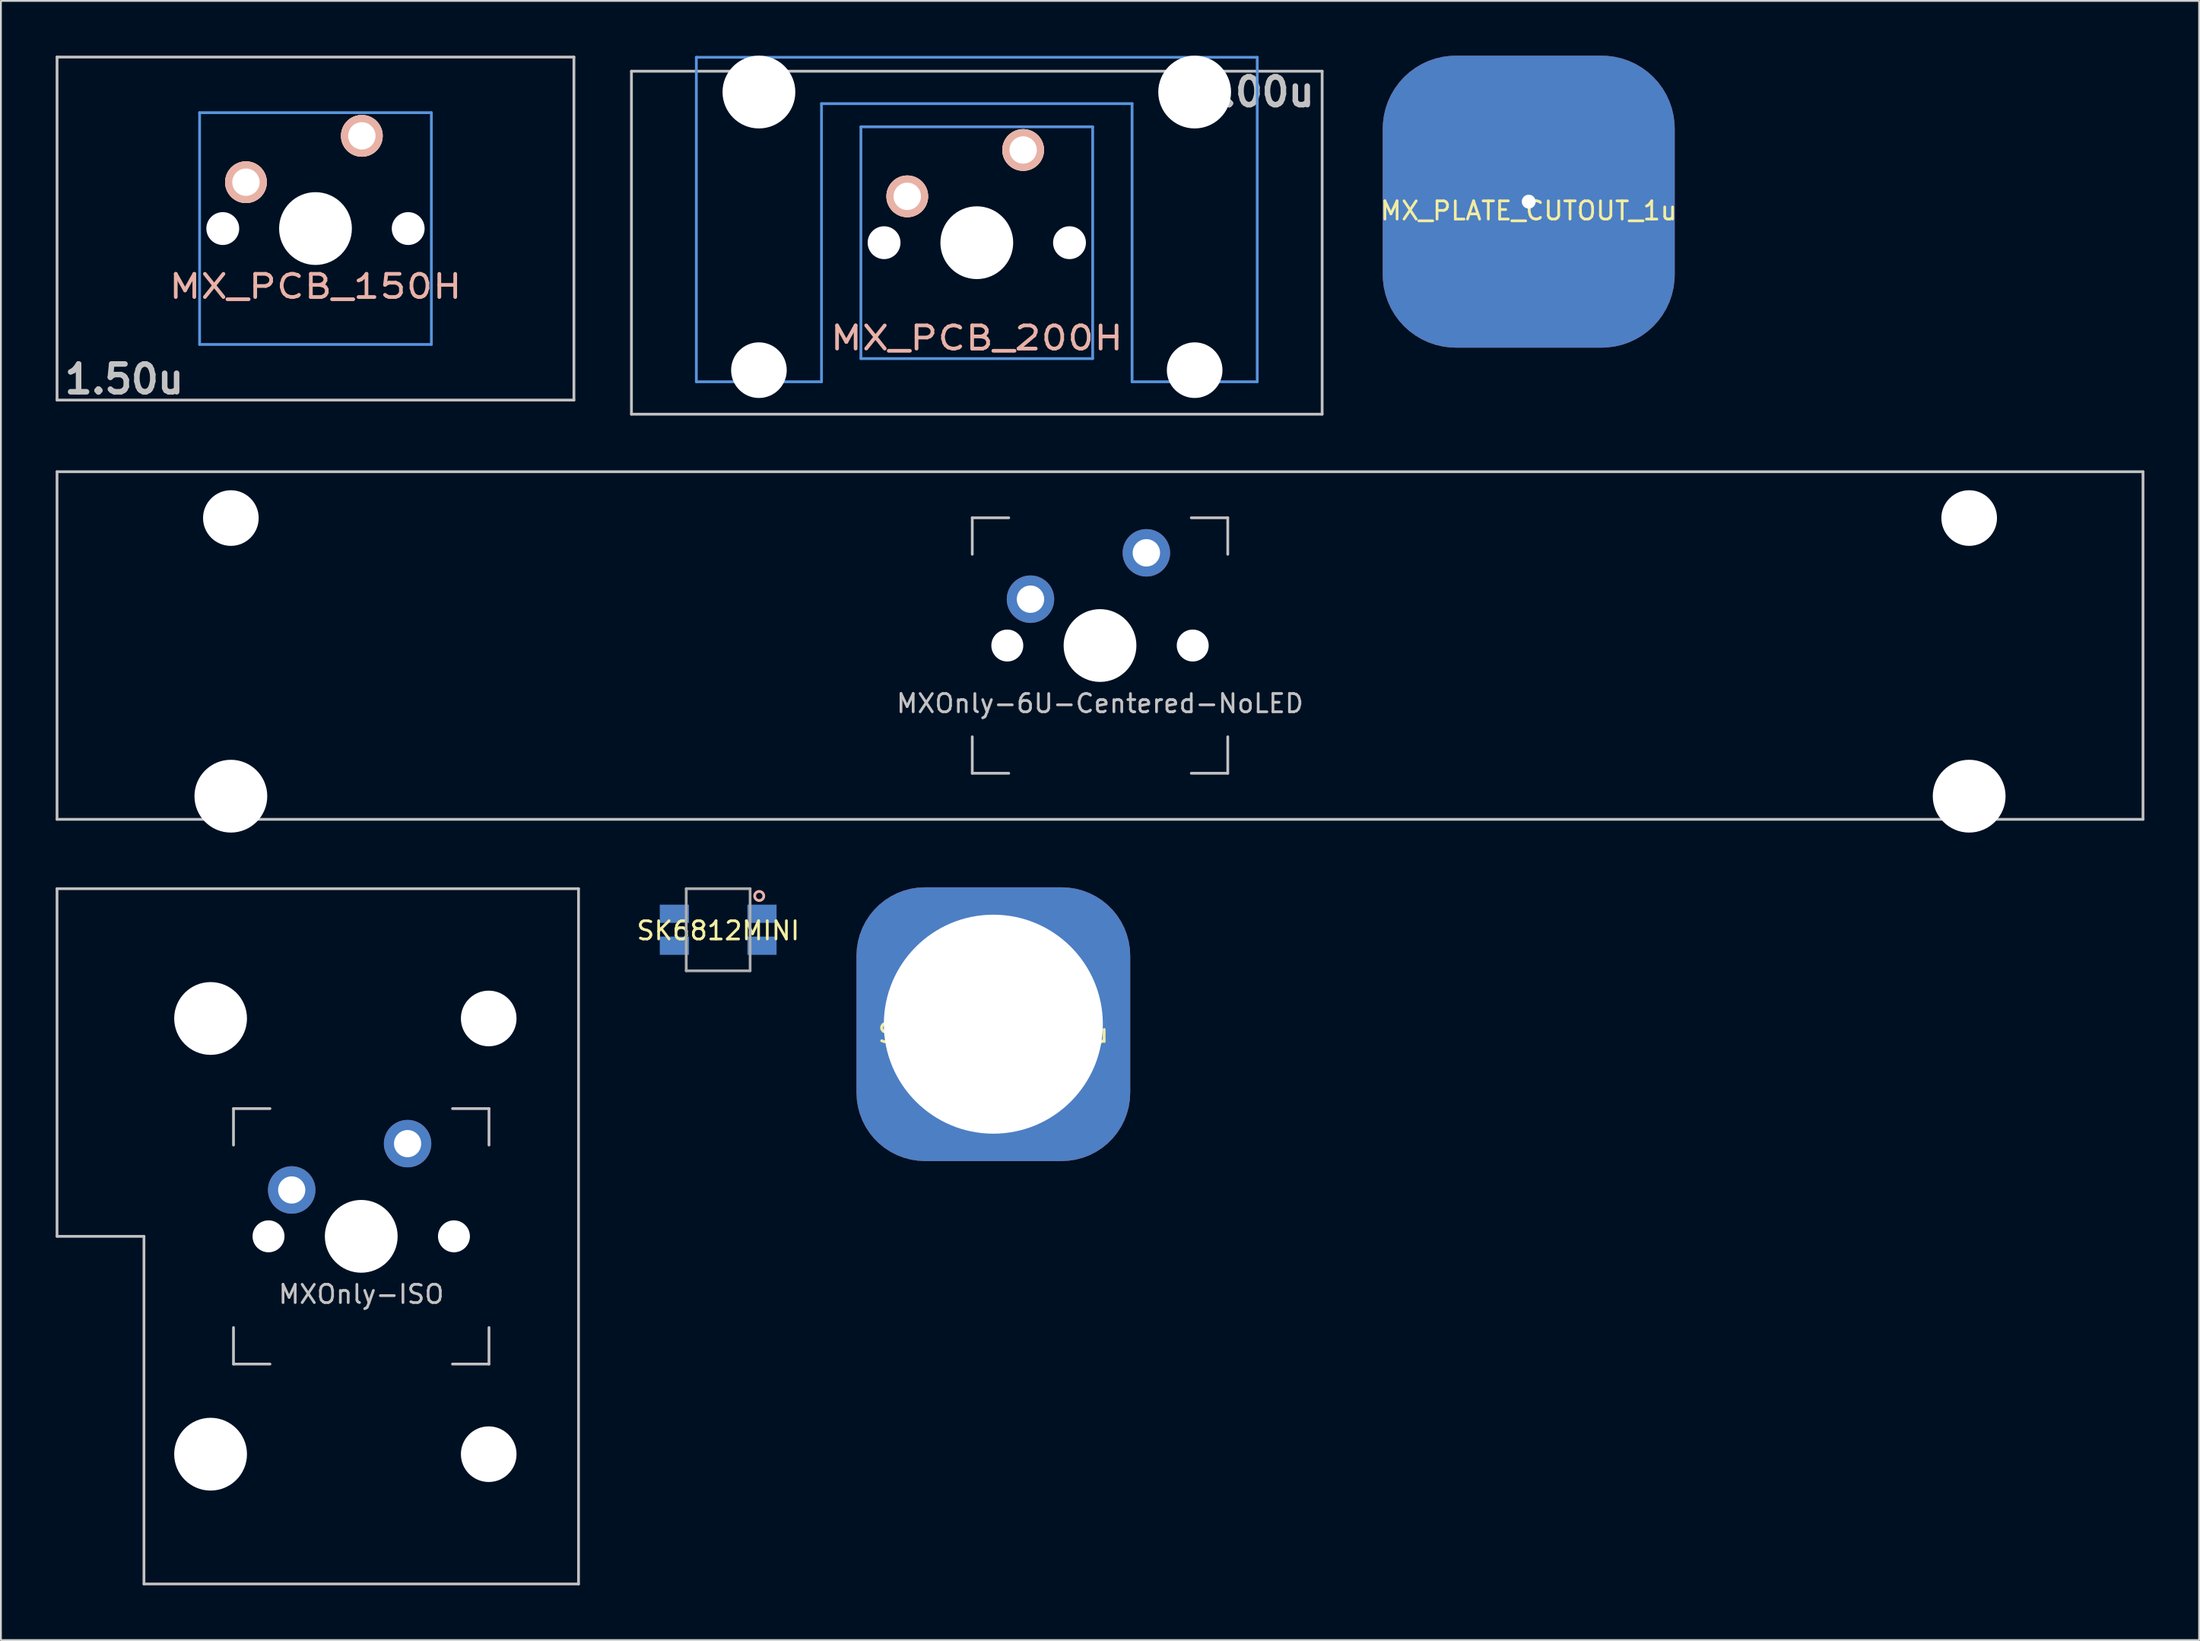
<source format=kicad_pcb>
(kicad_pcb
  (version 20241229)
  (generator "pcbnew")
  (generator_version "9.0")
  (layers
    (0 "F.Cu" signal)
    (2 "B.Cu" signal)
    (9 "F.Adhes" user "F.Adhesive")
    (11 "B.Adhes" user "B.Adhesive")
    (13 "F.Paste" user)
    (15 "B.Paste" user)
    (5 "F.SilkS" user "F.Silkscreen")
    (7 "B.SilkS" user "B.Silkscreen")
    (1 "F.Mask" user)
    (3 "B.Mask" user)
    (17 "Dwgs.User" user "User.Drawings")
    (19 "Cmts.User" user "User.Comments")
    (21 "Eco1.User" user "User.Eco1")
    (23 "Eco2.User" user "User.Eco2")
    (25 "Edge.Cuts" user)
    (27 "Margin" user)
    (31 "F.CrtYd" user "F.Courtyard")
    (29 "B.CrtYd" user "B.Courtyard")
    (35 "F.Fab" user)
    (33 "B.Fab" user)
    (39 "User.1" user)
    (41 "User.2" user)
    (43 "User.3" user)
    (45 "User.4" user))
  (footprint "SK6812MINI"
    (layer "F.Cu")
    (at 36.302 47.897)
    (property "Reference" "SK6812MINI" (at 0 0.05 0) (layer "F.SilkS") (effects (font (size 1 1) (thickness 0.15))))
    (attr through_hole)
    (fp_circle (center 2.25 -1.85) (end 2.25 -2.1) (stroke (width 0.15) (type solid)) (fill no) (layer "B.SilkS"))
    (fp_line (start -1.75 -2.25) (end -1.75 2.25) (stroke (width 0.15) (type solid)) (layer "F.Fab"))
    (fp_line (start -1.75 -2.25) (end 1.75 -2.25) (stroke (width 0.15) (type solid)) (layer "F.Fab"))
    (fp_line (start 1.75 -2.25) (end 1.75 2.25) (stroke (width 0.15) (type solid)) (layer "F.Fab"))
    (fp_line (start 1.75 2.25) (end -1.75 2.25) (stroke (width 0.15) (type solid)) (layer "F.Fab"))
    (pad "1" smd rect (at -2.4 -0.875) (size 1.6 1) (layers "B.Cu" "B.Mask" "B.Paste"))
    (pad "2" smd rect (at -2.4 0.875) (size 1.6 1) (layers "B.Cu" "B.Mask" "B.Paste"))
    (pad "3" smd rect (at 2.4 0.875) (size 1.6 1) (layers "B.Cu" "B.Mask" "B.Paste"))
    (pad "4" smd rect (at 2.4 -0.875) (size 1.6 1) (layers "B.Cu" "B.Mask" "B.Paste")))
  (footprint "MX_PLATE_CUTOUT_1u"
    (layer "F.Cu")
    (at 80.716 8)
    (property "Reference" "MX_PLATE_CUTOUT_1u" (at 0 0.5 0) (layer "F.SilkS") (effects (font (size 1 1) (thickness 0.15))))
    (attr through_hole)
    (pad "1" thru_hole roundrect (at 0 0) (size 16 16) (drill 0.762) (layers "*.Cu" "*.Mask") (roundrect_rratio 0.25)))
  (footprint "MX_PCB_150H"
    (layer "F.Cu")
    (at 14.237 9.474)
    (property "Reference" "MX_PCB_150H" (at 0 3.175 180) (layer "B.SilkS") (effects (font (size 1.27 1.524) (thickness 0.203))))
    (attr through_hole)
    (fp_line (start -14.161 -9.398) (end 14.161 -9.398) (stroke (width 0.152) (type solid)) (layer "Dwgs.User"))
    (fp_line (start -14.161 9.398) (end -14.161 -9.398) (stroke (width 0.152) (type solid)) (layer "Dwgs.User"))
    (fp_line (start 14.161 -9.398) (end 14.161 9.398) (stroke (width 0.152) (type solid)) (layer "Dwgs.User"))
    (fp_line (start 14.161 9.398) (end -14.161 9.398) (stroke (width 0.152) (type solid)) (layer "Dwgs.User"))
    (fp_line (start -6.35 -6.35) (end 6.35 -6.35) (stroke (width 0.152) (type solid)) (layer "Cmts.User"))
    (fp_line (start -6.35 6.35) (end -6.35 -6.35) (stroke (width 0.152) (type solid)) (layer "Cmts.User"))
    (fp_line (start 6.35 -6.35) (end 6.35 6.35) (stroke (width 0.152) (type solid)) (layer "Cmts.User"))
    (fp_line (start 6.35 6.35) (end -6.35 6.35) (stroke (width 0.152) (type solid)) (layer "Cmts.User"))
    (fp_line (start -6.985 -6.985) (end 6.985 -6.985) (stroke (width 0.152) (type solid)) (layer "Eco2.User"))
    (fp_line (start -6.985 6.985) (end -6.985 -6.985) (stroke (width 0.152) (type solid)) (layer "Eco2.User"))
    (fp_line (start 6.985 -6.985) (end 6.985 6.985) (stroke (width 0.152) (type solid)) (layer "Eco2.User"))
    (fp_line (start 6.985 6.985) (end -6.985 6.985) (stroke (width 0.152) (type solid)) (layer "Eco2.User"))
    (fp_text user "1.50u" (at -10.477 8.255 180) (layer "Dwgs.User") (effects (font (size 1.524 1.524) (thickness 0.305))))
    (pad "" np_thru_hole circle (at -5.08 0) (size 1.8 1.8) (drill 1.8) (layers "*.Cu"))
    (pad "" np_thru_hole circle (at 0 0) (size 3.988 3.988) (drill 3.988) (layers "*.Cu"))
    (pad "" np_thru_hole circle (at 5.08 0) (size 1.8 1.8) (drill 1.8) (layers "*.Cu"))
    (pad "1" thru_hole circle (at 2.54 -5.08) (size 2.286 2.286) (drill 1.499) (layers "*.Cu" "*.SilkS" "*.Mask"))
    (pad "2" thru_hole circle (at -3.81 -2.54) (size 2.286 2.286) (drill 1.499) (layers "*.Cu" "*.SilkS" "*.Mask")))
  (footprint "MXOnly-6U-Centered-NoLED"
    (layer "F.Cu")
    (at 57.225 32.323)
    (property "Reference" "MXOnly-6U-Centered-NoLED" (at 0 3.175 0) (layer "Dwgs.User") (effects (font (size 1 1) (thickness 0.15))))
    (attr through_hole)
    (fp_line (start -57.15 -9.525) (end 57.15 -9.525) (stroke (width 0.15) (type solid)) (layer "Dwgs.User"))
    (fp_line (start -57.15 9.525) (end -57.15 -9.525) (stroke (width 0.15) (type solid)) (layer "Dwgs.User"))
    (fp_line (start -57.15 9.525) (end 57.15 9.525) (stroke (width 0.15) (type solid)) (layer "Dwgs.User"))
    (fp_line (start -7 -7) (end -7 -5) (stroke (width 0.15) (type solid)) (layer "Dwgs.User"))
    (fp_line (start -7 5) (end -7 7) (stroke (width 0.15) (type solid)) (layer "Dwgs.User"))
    (fp_line (start -7 7) (end -5 7) (stroke (width 0.15) (type solid)) (layer "Dwgs.User"))
    (fp_line (start -5 -7) (end -7 -7) (stroke (width 0.15) (type solid)) (layer "Dwgs.User"))
    (fp_line (start 5 -7) (end 7 -7) (stroke (width 0.15) (type solid)) (layer "Dwgs.User"))
    (fp_line (start 5 7) (end 7 7) (stroke (width 0.15) (type solid)) (layer "Dwgs.User"))
    (fp_line (start 7 -7) (end 7 -5) (stroke (width 0.15) (type solid)) (layer "Dwgs.User"))
    (fp_line (start 7 7) (end 7 5) (stroke (width 0.15) (type solid)) (layer "Dwgs.User"))
    (fp_line (start 57.15 -9.525) (end 57.15 9.525) (stroke (width 0.15) (type solid)) (layer "Dwgs.User"))
    (pad "" np_thru_hole circle (at -47.625 -6.985) (size 3.048 3.048) (drill 3.048) (layers "*.Cu" "*.Mask"))
    (pad "" np_thru_hole circle (at -47.625 8.255) (size 3.988 3.988) (drill 3.988) (layers "*.Cu" "*.Mask"))
    (pad "" np_thru_hole circle (at -5.08 0 48) (size 1.75 1.75) (drill 1.75) (layers "*.Cu"))
    (pad "" np_thru_hole circle (at 0 0) (size 3.988 3.988) (drill 3.988) (layers "*.Cu"))
    (pad "" np_thru_hole circle (at 5.08 0 48) (size 1.75 1.75) (drill 1.75) (layers "*.Cu"))
    (pad "" np_thru_hole circle (at 47.625 -6.985) (size 3.048 3.048) (drill 3.048) (layers "*.Cu" "*.Mask"))
    (pad "" np_thru_hole circle (at 47.625 8.255) (size 3.988 3.988) (drill 3.988) (layers "*.Cu" "*.Mask"))
    (pad "1" thru_hole circle (at -3.81 -2.54) (size 2.6 2.6) (drill 1.5) (layers "*.Cu" "B.Mask"))
    (pad "2" thru_hole circle (at 2.54 -5.08) (size 2.6 2.6) (drill 1.5) (layers "*.Cu" "B.Mask")))
  (footprint "MX_PCB_200H"
    (layer "F.Cu")
    (at 50.473 10.249)
    (property "Reference" "MX_PCB_200H" (at 0 5.225 180) (layer "B.SilkS") (effects (font (size 1.27 1.524) (thickness 0.203))))
    (attr through_hole)
    (fp_line (start -18.923 -9.398) (end 18.923 -9.398) (stroke (width 0.152) (type solid)) (layer "Dwgs.User"))
    (fp_line (start -18.923 9.398) (end -18.923 -9.398) (stroke (width 0.152) (type solid)) (layer "Dwgs.User"))
    (fp_line (start 18.923 -9.398) (end 18.923 9.398) (stroke (width 0.152) (type solid)) (layer "Dwgs.User"))
    (fp_line (start 18.923 9.398) (end -18.923 9.398) (stroke (width 0.152) (type solid)) (layer "Dwgs.User"))
    (fp_line (start -15.367 -10.16) (end -15.367 7.62) (stroke (width 0.152) (type solid)) (layer "Cmts.User"))
    (fp_line (start -15.367 7.62) (end -8.509 7.62) (stroke (width 0.152) (type solid)) (layer "Cmts.User"))
    (fp_line (start -8.509 -7.62) (end 8.509 -7.62) (stroke (width 0.152) (type solid)) (layer "Cmts.User"))
    (fp_line (start -8.509 7.62) (end -8.509 -7.62) (stroke (width 0.152) (type solid)) (layer "Cmts.User"))
    (fp_line (start -6.35 -6.35) (end 6.35 -6.35) (stroke (width 0.152) (type solid)) (layer "Cmts.User"))
    (fp_line (start -6.35 6.35) (end -6.35 -6.35) (stroke (width 0.152) (type solid)) (layer "Cmts.User"))
    (fp_line (start 6.35 -6.35) (end 6.35 6.35) (stroke (width 0.152) (type solid)) (layer "Cmts.User"))
    (fp_line (start 6.35 6.35) (end -6.35 6.35) (stroke (width 0.152) (type solid)) (layer "Cmts.User"))
    (fp_line (start 8.509 -7.62) (end 8.509 7.62) (stroke (width 0.152) (type solid)) (layer "Cmts.User"))
    (fp_line (start 8.509 7.62) (end 15.367 7.62) (stroke (width 0.152) (type solid)) (layer "Cmts.User"))
    (fp_line (start 15.367 -10.16) (end -15.367 -10.16) (stroke (width 0.152) (type solid)) (layer "Cmts.User"))
    (fp_line (start 15.367 7.62) (end 15.367 -10.16) (stroke (width 0.152) (type solid)) (layer "Cmts.User"))
    (fp_line (start -16.129 -0.508) (end -15.265 -0.508) (stroke (width 0.152) (type solid)) (layer "Eco2.User"))
    (fp_line (start -16.129 2.286) (end -16.129 -0.508) (stroke (width 0.152) (type solid)) (layer "Eco2.User"))
    (fp_line (start -15.265 -6.604) (end -14.224 -6.604) (stroke (width 0.152) (type solid)) (layer "Eco2.User"))
    (fp_line (start -15.265 -0.508) (end -15.265 -6.604) (stroke (width 0.152) (type solid)) (layer "Eco2.User"))
    (fp_line (start -15.265 2.286) (end -16.129 2.286) (stroke (width 0.152) (type solid)) (layer "Eco2.User"))
    (fp_line (start -15.265 5.69) (end -15.265 2.286) (stroke (width 0.152) (type solid)) (layer "Eco2.User"))
    (fp_line (start -14.224 -7.772) (end -9.652 -7.772) (stroke (width 0.152) (type solid)) (layer "Eco2.User"))
    (fp_line (start -14.224 -6.604) (end -14.224 -7.772) (stroke (width 0.152) (type solid)) (layer "Eco2.User"))
    (fp_line (start -9.652 -7.772) (end -9.652 -6.604) (stroke (width 0.152) (type solid)) (layer "Eco2.User"))
    (fp_line (start -9.652 -6.604) (end -8.611 -6.604) (stroke (width 0.152) (type solid)) (layer "Eco2.User"))
    (fp_line (start -8.611 -6.604) (end -8.611 -5.817) (stroke (width 0.152) (type solid)) (layer "Eco2.User"))
    (fp_line (start -8.611 -5.817) (end -6.985 -5.817) (stroke (width 0.152) (type solid)) (layer "Eco2.User"))
    (fp_line (start -8.611 4.877) (end -8.611 5.69) (stroke (width 0.152) (type solid)) (layer "Eco2.User"))
    (fp_line (start -8.611 5.69) (end -15.265 5.69) (stroke (width 0.152) (type solid)) (layer "Eco2.User"))
    (fp_line (start -6.985 -6.985) (end 6.985 -6.985) (stroke (width 0.152) (type solid)) (layer "Eco2.User"))
    (fp_line (start -6.985 -5.817) (end -6.985 -6.985) (stroke (width 0.152) (type solid)) (layer "Eco2.User"))
    (fp_line (start -6.985 4.877) (end -8.611 4.877) (stroke (width 0.152) (type solid)) (layer "Eco2.User"))
    (fp_line (start -6.985 6.985) (end -6.985 4.877) (stroke (width 0.152) (type solid)) (layer "Eco2.User"))
    (fp_line (start 6.985 -6.985) (end 6.985 -5.817) (stroke (width 0.152) (type solid)) (layer "Eco2.User"))
    (fp_line (start 6.985 -5.817) (end 8.611 -5.817) (stroke (width 0.152) (type solid)) (layer "Eco2.User"))
    (fp_line (start 6.985 4.877) (end 6.985 6.985) (stroke (width 0.152) (type solid)) (layer "Eco2.User"))
    (fp_line (start 6.985 6.985) (end -6.985 6.985) (stroke (width 0.152) (type solid)) (layer "Eco2.User"))
    (fp_line (start 8.611 -6.604) (end 9.652 -6.604) (stroke (width 0.152) (type solid)) (layer "Eco2.User"))
    (fp_line (start 8.611 -5.817) (end 8.611 -6.604) (stroke (width 0.152) (type solid)) (layer "Eco2.User"))
    (fp_line (start 8.611 4.877) (end 6.985 4.877) (stroke (width 0.152) (type solid)) (layer "Eco2.User"))
    (fp_line (start 8.611 5.69) (end 8.611 4.877) (stroke (width 0.152) (type solid)) (layer "Eco2.User"))
    (fp_line (start 9.652 -7.772) (end 14.224 -7.772) (stroke (width 0.152) (type solid)) (layer "Eco2.User"))
    (fp_line (start 9.652 -6.604) (end 9.652 -7.772) (stroke (width 0.152) (type solid)) (layer "Eco2.User"))
    (fp_line (start 14.224 -7.772) (end 14.224 -6.604) (stroke (width 0.152) (type solid)) (layer "Eco2.User"))
    (fp_line (start 14.224 -6.604) (end 15.265 -6.604) (stroke (width 0.152) (type solid)) (layer "Eco2.User"))
    (fp_line (start 15.265 -6.604) (end 15.265 -0.508) (stroke (width 0.152) (type solid)) (layer "Eco2.User"))
    (fp_line (start 15.265 -0.508) (end 16.129 -0.508) (stroke (width 0.152) (type solid)) (layer "Eco2.User"))
    (fp_line (start 15.265 2.286) (end 15.265 5.69) (stroke (width 0.152) (type solid)) (layer "Eco2.User"))
    (fp_line (start 15.265 5.69) (end 8.611 5.69) (stroke (width 0.152) (type solid)) (layer "Eco2.User"))
    (fp_line (start 16.129 -0.508) (end 16.129 2.286) (stroke (width 0.152) (type solid)) (layer "Eco2.User"))
    (fp_line (start 16.129 2.286) (end 15.265 2.286) (stroke (width 0.152) (type solid)) (layer "Eco2.User"))
    (fp_text user "2.00u" (at 15.24 -8.255 180) (layer "Dwgs.User") (effects (font (size 1.524 1.524) (thickness 0.305))))
    (pad "" np_thru_hole circle (at -11.938 -8.255 180) (size 3.988 3.988) (drill 3.988) (layers "*.Cu"))
    (pad "" np_thru_hole circle (at -11.938 6.985 180) (size 3.048 3.048) (drill 3.048) (layers "*.Cu"))
    (pad "" np_thru_hole circle (at -5.08 0 180) (size 1.8 1.8) (drill 1.8) (layers "*.Cu"))
    (pad "" np_thru_hole circle (at 0 0 180) (size 3.988 3.988) (drill 3.988) (layers "*.Cu"))
    (pad "" np_thru_hole circle (at 5.08 0 180) (size 1.8 1.8) (drill 1.8) (layers "*.Cu"))
    (pad "" np_thru_hole circle (at 11.938 -8.255 180) (size 3.988 3.988) (drill 3.988) (layers "*.Cu"))
    (pad "" np_thru_hole circle (at 11.938 6.985 180) (size 3.048 3.048) (drill 3.048) (layers "*.Cu"))
    (pad "1" thru_hole circle (at 2.54 -5.08 90) (size 2.286 2.286) (drill 1.499) (layers "*.Cu" "*.SilkS" "*.Mask"))
    (pad "2" thru_hole circle (at -3.81 -2.54) (size 2.286 2.286) (drill 1.499) (layers "*.Cu" "*.SilkS" "*.Mask")))
  (footprint "MXOnly-ISO"
    (layer "F.Cu")
    (at 16.744 64.697)
    (property "Reference" "MXOnly-ISO" (at 0 3.175 0) (layer "Dwgs.User") (effects (font (size 1 1) (thickness 0.15))))
    (attr through_hole)
    (fp_line (start -16.669 -19.05) (end -16.669 0) (stroke (width 0.15) (type solid)) (layer "Dwgs.User"))
    (fp_line (start -16.669 -19.05) (end 11.906 -19.05) (stroke (width 0.15) (type solid)) (layer "Dwgs.User"))
    (fp_line (start -11.906 0) (end -16.669 0) (stroke (width 0.15) (type solid)) (layer "Dwgs.User"))
    (fp_line (start -11.906 19.05) (end -11.906 0) (stroke (width 0.15) (type solid)) (layer "Dwgs.User"))
    (fp_line (start -11.906 19.05) (end 11.906 19.05) (stroke (width 0.15) (type solid)) (layer "Dwgs.User"))
    (fp_line (start -7 -7) (end -7 -5) (stroke (width 0.15) (type solid)) (layer "Dwgs.User"))
    (fp_line (start -7 5) (end -7 7) (stroke (width 0.15) (type solid)) (layer "Dwgs.User"))
    (fp_line (start -7 7) (end -5 7) (stroke (width 0.15) (type solid)) (layer "Dwgs.User"))
    (fp_line (start -5 -7) (end -7 -7) (stroke (width 0.15) (type solid)) (layer "Dwgs.User"))
    (fp_line (start 5 -7) (end 7 -7) (stroke (width 0.15) (type solid)) (layer "Dwgs.User"))
    (fp_line (start 5 7) (end 7 7) (stroke (width 0.15) (type solid)) (layer "Dwgs.User"))
    (fp_line (start 7 -7) (end 7 -5) (stroke (width 0.15) (type solid)) (layer "Dwgs.User"))
    (fp_line (start 7 7) (end 7 5) (stroke (width 0.15) (type solid)) (layer "Dwgs.User"))
    (fp_line (start 11.906 -19.05) (end 11.906 19.05) (stroke (width 0.15) (type solid)) (layer "Dwgs.User"))
    (pad "" np_thru_hole circle (at -8.255 -11.938 180) (size 3.988 3.988) (drill 3.988) (layers "*.Cu" "*.Mask"))
    (pad "" np_thru_hole circle (at -8.255 11.938 180) (size 3.988 3.988) (drill 3.988) (layers "*.Cu" "*.Mask"))
    (pad "" np_thru_hole circle (at -5.08 0 48.1) (size 1.75 1.75) (drill 1.75) (layers "*.Cu" "*.Mask"))
    (pad "" np_thru_hole circle (at 0 0) (size 3.988 3.988) (drill 3.988) (layers "*.Cu" "*.Mask"))
    (pad "" np_thru_hole circle (at 5.08 0 48.1) (size 1.75 1.75) (drill 1.75) (layers "*.Cu" "*.Mask"))
    (pad "" np_thru_hole circle (at 6.985 -11.938 180) (size 3.048 3.048) (drill 3.048) (layers "*.Cu" "*.Mask"))
    (pad "" np_thru_hole circle (at 6.985 11.938 180) (size 3.048 3.048) (drill 3.048) (layers "*.Cu" "*.Mask"))
    (pad "1" thru_hole circle (at -3.81 -2.54) (size 2.6 2.6) (drill 1.49) (layers "*.Cu" "B.Mask"))
    (pad "2" thru_hole circle (at 2.54 -5.08) (size 2.6 2.6) (drill 1.49) (layers "*.Cu" "B.Mask")))
  (footprint "SW_PLATE_CO_1u"
    (layer "F.Cu")
    (at 51.38 53.072)
    (property "Reference" "SW_PLATE_CO_1u" (at 0 0.5 0) (layer "F.SilkS") (effects (font (size 1 1) (thickness 0.15))))
    (attr through_hole)
    (pad "1" thru_hole roundrect (at 0 0) (size 15 15) (drill oval 12) (layers "*.Cu" "*.Mask") (roundrect_rratio 0.25)))
  (gr_rect
    (start -3 -3)
    (end 117.45 86.822)
    (stroke (width 0.1) (type default))
    (fill no)
    (layer "Edge.Cuts")))
</source>
